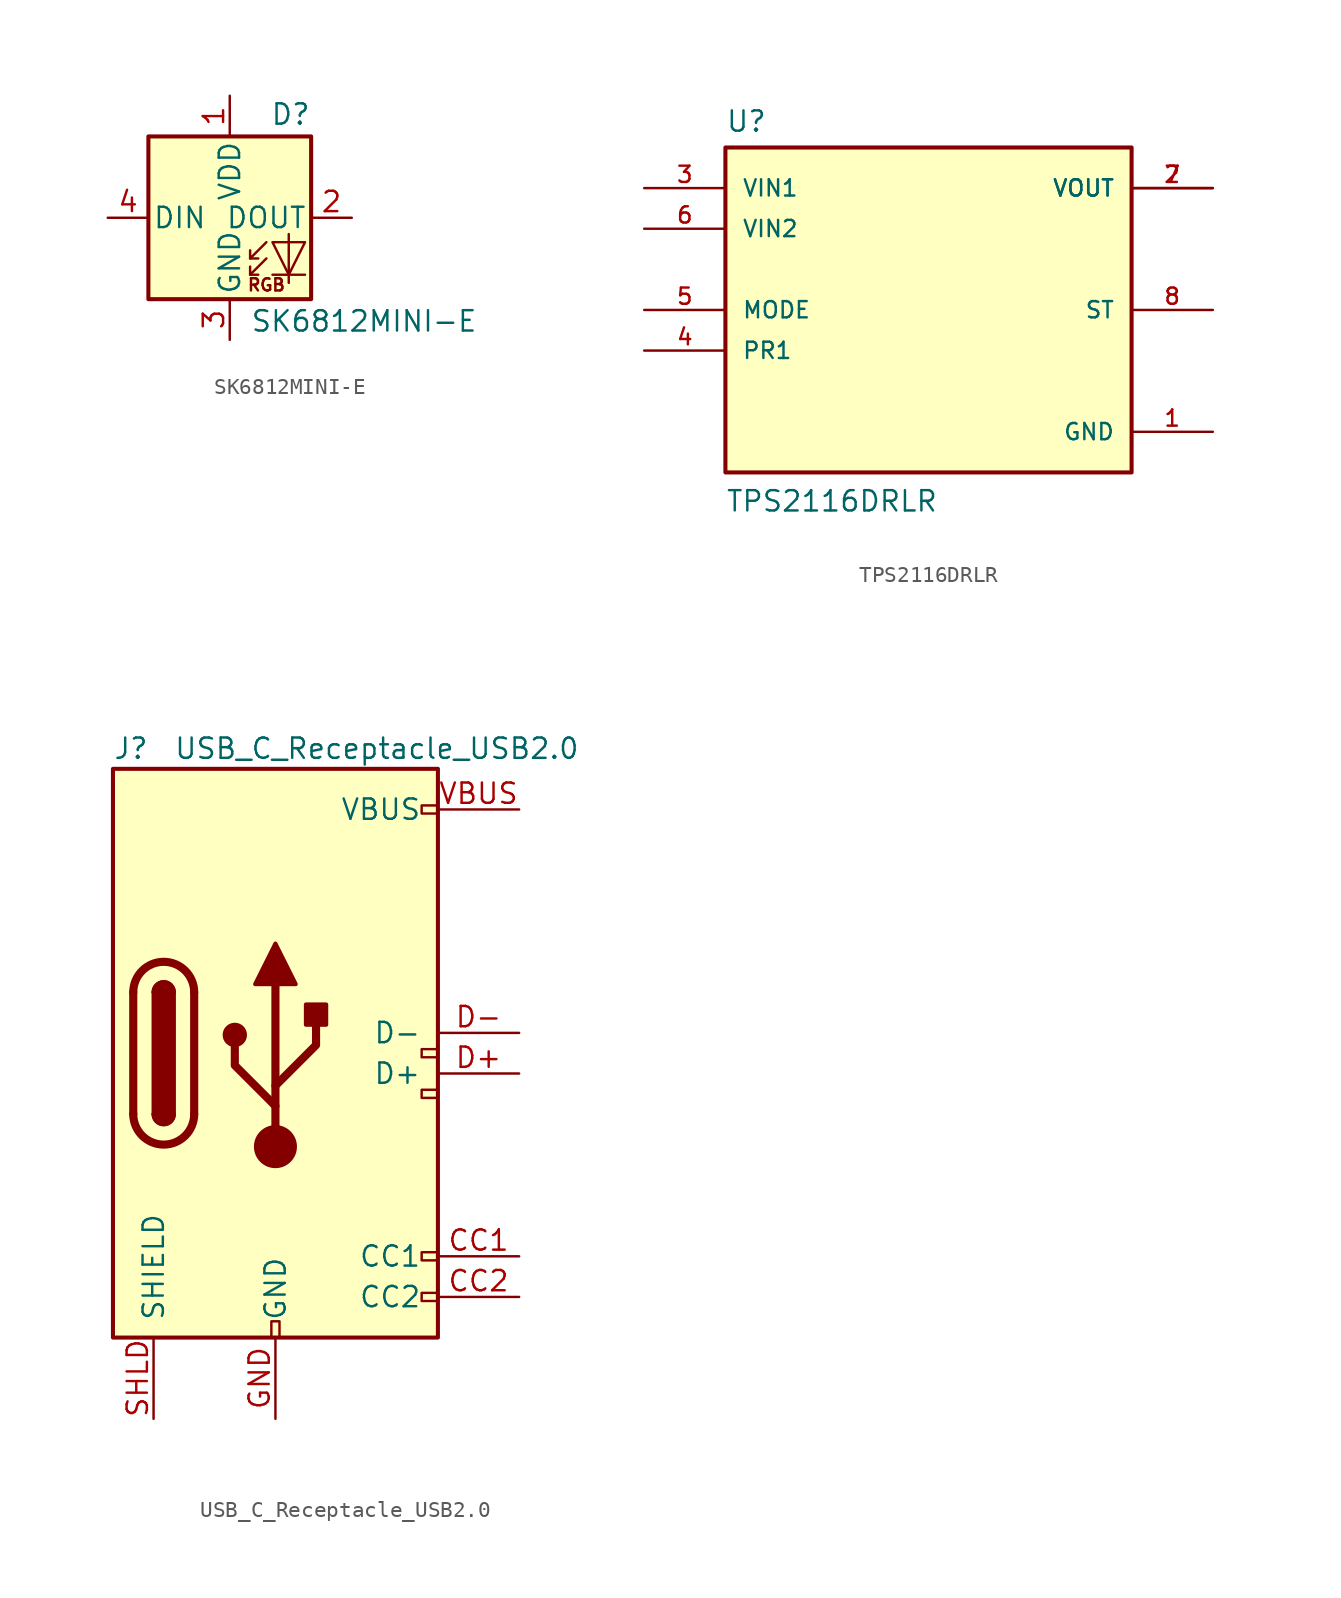
<source format=kicad_sym>
(kicad_symbol_lib
  (version 20211014)
  (generator kicad_symbol_editor)
  (symbol "SK6812MINI-E"
    (pin_names
      (offset 0.254))
    (property "Reference" "D"
      (at 5.08 5.715 0)
      (effects (font (size 1.27 1.27)) (justify right bottom)))
    (property "Value" "SK6812MINI-E"
      (at 1.27 -5.715 0)
      (effects (font (size 1.27 1.27)) (justify left top)))
    (symbol "SK6812MINI-E_0_0"
      (text "RGB" (at 2.286 -4.191 0) (effects (font (size 0.762 0.762)))))
    (symbol "SK6812MINI-E_0_1"
      (polyline (pts (xy 1.27 -3.556) (xy 1.778 -3.556)) (stroke (width 0) (type default) (color 0 0 0 0)) (fill (type none)))
      (polyline (pts (xy 1.27 -2.54) (xy 1.778 -2.54)) (stroke (width 0) (type default) (color 0 0 0 0)) (fill (type none)))
      (polyline (pts (xy 4.699 -3.556) (xy 2.667 -3.556)) (stroke (width 0) (type default) (color 0 0 0 0)) (fill (type none)))
      (polyline (pts (xy 2.286 -2.54) (xy 1.27 -3.556) (xy 1.27 -3.048)) (stroke (width 0) (type default) (color 0 0 0 0)) (fill (type none)))
      (polyline (pts (xy 2.286 -1.524) (xy 1.27 -2.54) (xy 1.27 -2.032)) (stroke (width 0) (type default) (color 0 0 0 0)) (fill (type none)))
      (polyline (pts (xy 3.683 -1.016) (xy 3.683 -3.556) (xy 3.683 -4.064)) (stroke (width 0) (type default) (color 0 0 0 0)) (fill (type none)))
      (polyline (pts (xy 4.699 -1.524) (xy 2.667 -1.524) (xy 3.683 -3.556) (xy 4.699 -1.524)) (stroke (width 0) (type default) (color 0 0 0 0)) (fill (type none)))
      (rectangle (start 5.08 5.08) (end -5.08 -5.08) (stroke (width 0.254) (type default) (color 0 0 0 0)) (fill (type background))))
    (symbol "SK6812MINI-E_1_1"
      (pin power_in line (at 0 7.62 270) (length 2.54) (name "VDD" (effects (font (size 1.27 1.27)))) (number "1" (effects (font (size 1.27 1.27)))))
      (pin output line (at 7.62 0 180) (length 2.54) (name "DOUT" (effects (font (size 1.27 1.27)))) (number "2" (effects (font (size 1.27 1.27)))))
      (pin power_in line (at 0 -7.62 90) (length 2.54) (name "GND" (effects (font (size 1.27 1.27)))) (number "3" (effects (font (size 1.27 1.27)))))
      (pin input line (at -7.62 0 0) (length 2.54) (name "DIN" (effects (font (size 1.27 1.27)))) (number "4" (effects (font (size 1.27 1.27)))))))
  (symbol "TPS2116DRLR"
    (pin_names
      (offset 1.016))
    (property "Reference" "U"
      (at -12.7 11.049 0)
      (effects (font (size 1.27 1.27)) (justify left bottom)))
    (property "Value" "TPS2116DRLR"
      (at -12.7 -12.7 0)
      (effects (font (size 1.27 1.27)) (justify left bottom)))
    (property "ki_locked" ""
      (at 0 0 0)
      (effects (font (size 1.27 1.27))))
    (symbol "TPS2116DRLR_0_0"
      (rectangle (start -12.7 -10.16) (end 12.7 10.16) (stroke (width 0.254) (type default) (color 0 0 0 0)) (fill (type background)))
      (pin power_in line (at 17.78 -7.62 180) (length 5.08) (name "GND" (effects (font (size 1.016 1.016)))) (number "1" (effects (font (size 1.016 1.016)))))
      (pin output line (at 17.78 7.62 180) (length 5.08) (name "VOUT" (effects (font (size 1.016 1.016)))) (number "2" (effects (font (size 1.016 1.016)))))
      (pin input line (at -17.78 7.62 0) (length 5.08) (name "VIN1" (effects (font (size 1.016 1.016)))) (number "3" (effects (font (size 1.016 1.016)))))
      (pin input line (at -17.78 -2.54 0) (length 5.08) (name "PR1" (effects (font (size 1.016 1.016)))) (number "4" (effects (font (size 1.016 1.016)))))
      (pin input line (at -17.78 0 0) (length 5.08) (name "MODE" (effects (font (size 1.016 1.016)))) (number "5" (effects (font (size 1.016 1.016)))))
      (pin input line (at -17.78 5.08 0) (length 5.08) (name "VIN2" (effects (font (size 1.016 1.016)))) (number "6" (effects (font (size 1.016 1.016)))))
      (pin output line (at 17.78 7.62 180) (length 5.08) (name "VOUT" (effects (font (size 1.016 1.016)))) (number "7" (effects (font (size 1.016 1.016)))))
      (pin output line (at 17.78 0 180) (length 5.08) (name "ST" (effects (font (size 1.016 1.016)))) (number "8" (effects (font (size 1.016 1.016)))))))
  (symbol "USB_C_Receptacle_USB2.0"
    (pin_names
      (offset 1.016))
    (property "Reference" "J"
      (at -10.16 19.05 0)
      (effects (font (size 1.27 1.27)) (justify left)))
    (property "Value" "USB_C_Receptacle_USB2.0"
      (at 19.05 19.05 0)
      (effects (font (size 1.27 1.27)) (justify right)))
    (symbol "USB_C_Receptacle_USB2.0_0_0"
      (rectangle (start -0.254 -17.78) (end 0.254 -16.764) (stroke (width 0) (type default) (color 0 0 0 0)) (fill (type none)))
      (rectangle (start 10.16 -14.986) (end 9.144 -15.494) (stroke (width 0) (type default) (color 0 0 0 0)) (fill (type none)))
      (rectangle (start 10.16 -12.446) (end 9.144 -12.954) (stroke (width 0) (type default) (color 0 0 0 0)) (fill (type none)))
      (rectangle (start 10.16 -2.286) (end 9.144 -2.794) (stroke (width 0) (type default) (color 0 0 0 0)) (fill (type none)))
      (rectangle (start 10.16 0.254) (end 9.144 -0.254) (stroke (width 0) (type default) (color 0 0 0 0)) (fill (type none)))
      (rectangle (start 10.16 15.494) (end 9.144 14.986) (stroke (width 0) (type default) (color 0 0 0 0)) (fill (type none))))
    (symbol "USB_C_Receptacle_USB2.0_0_1"
      (rectangle (start -10.16 17.78) (end 10.16 -17.78) (stroke (width 0.254) (type default) (color 0 0 0 0)) (fill (type background)))
      (arc (start -8.89 -3.81) (mid -6.985 -5.715) (end -5.08 -3.81) (stroke (width 0.508) (type default) (color 0 0 0 0)) (fill (type none)))
      (arc (start -7.62 -3.81) (mid -6.985 -4.445) (end -6.35 -3.81) (stroke (width 0.254) (type default) (color 0 0 0 0)) (fill (type none)))
      (arc (start -7.62 -3.81) (mid -6.985 -4.445) (end -6.35 -3.81) (stroke (width 0.254) (type default) (color 0 0 0 0)) (fill (type outline)))
      (rectangle (start -7.62 -3.81) (end -6.35 3.81) (stroke (width 0.254) (type default) (color 0 0 0 0)) (fill (type outline)))
      (arc (start -6.35 3.81) (mid -6.985 4.445) (end -7.62 3.81) (stroke (width 0.254) (type default) (color 0 0 0 0)) (fill (type none)))
      (arc (start -6.35 3.81) (mid -6.985 4.445) (end -7.62 3.81) (stroke (width 0.254) (type default) (color 0 0 0 0)) (fill (type outline)))
      (arc (start -5.08 3.81) (mid -6.985 5.715) (end -8.89 3.81) (stroke (width 0.508) (type default) (color 0 0 0 0)) (fill (type none)))
      (circle (center -2.54 1.143) (radius 0.635) (stroke (width 0.254) (type default) (color 0 0 0 0)) (fill (type outline)))
      (circle (center 0 -5.842) (radius 1.27) (stroke (width 0) (type default) (color 0 0 0 0)) (fill (type outline)))
      (polyline (pts (xy -8.89 -3.81) (xy -8.89 3.81)) (stroke (width 0.508) (type default) (color 0 0 0 0)) (fill (type none)))
      (polyline (pts (xy -5.08 3.81) (xy -5.08 -3.81)) (stroke (width 0.508) (type default) (color 0 0 0 0)) (fill (type none)))
      (polyline (pts (xy 0 -5.842) (xy 0 4.318)) (stroke (width 0.508) (type default) (color 0 0 0 0)) (fill (type none)))
      (polyline (pts (xy 0 -3.302) (xy -2.54 -0.762) (xy -2.54 0.508)) (stroke (width 0.508) (type default) (color 0 0 0 0)) (fill (type none)))
      (polyline (pts (xy 0 -2.032) (xy 2.54 0.508) (xy 2.54 1.778)) (stroke (width 0.508) (type default) (color 0 0 0 0)) (fill (type none)))
      (polyline (pts (xy -1.27 4.318) (xy 0 6.858) (xy 1.27 4.318) (xy -1.27 4.318)) (stroke (width 0.254) (type default) (color 0 0 0 0)) (fill (type outline)))
      (rectangle (start 1.905 1.778) (end 3.175 3.048) (stroke (width 0.254) (type default) (color 0 0 0 0)) (fill (type outline))))
    (symbol "USB_C_Receptacle_USB2.0_1_1"
      (pin no_connect line (at 15.24 8.89 180) (length 5.08) hide (name "A10" (effects (font (size 1.27 1.27)))) (number "A10" (effects (font (size 1.27 1.27)))))
      (pin no_connect line (at 15.24 8.89 180) (length 5.08) hide (name "A11" (effects (font (size 1.27 1.27)))) (number "A11" (effects (font (size 1.27 1.27)))))
      (pin no_connect line (at 15.24 8.89 180) (length 5.08) hide (name "A2" (effects (font (size 1.27 1.27)))) (number "A2" (effects (font (size 1.27 1.27)))))
      (pin no_connect line (at 15.24 8.89 180) (length 5.08) hide (name "A3" (effects (font (size 1.27 1.27)))) (number "A3" (effects (font (size 1.27 1.27)))))
      (pin no_connect line (at 15.24 8.89 180) (length 5.08) hide (name "B10" (effects (font (size 1.27 1.27)))) (number "B10" (effects (font (size 1.27 1.27)))))
      (pin no_connect line (at 15.24 8.89 180) (length 5.08) hide (name "B11" (effects (font (size 1.27 1.27)))) (number "B11" (effects (font (size 1.27 1.27)))))
      (pin no_connect line (at 15.24 8.89 180) (length 5.08) hide (name "B2" (effects (font (size 1.27 1.27)))) (number "B2" (effects (font (size 1.27 1.27)))))
      (pin no_connect line (at 15.24 8.89 180) (length 5.08) hide (name "B2" (effects (font (size 1.27 1.27)))) (number "B2" (effects (font (size 1.27 1.27)))))
      (pin no_connect line (at 15.24 8.89 180) (length 5.08) hide (name "B3" (effects (font (size 1.27 1.27)))) (number "B3" (effects (font (size 1.27 1.27)))))
      (pin bidirectional line (at 15.24 -12.7 180) (length 5.08) (name "CC1" (effects (font (size 1.27 1.27)))) (number "CC1" (effects (font (size 1.27 1.27)))))
      (pin no_connect line (at 15.24 8.89 180) (length 5.08) hide (name "CC1" (effects (font (size 1.27 1.27)))) (number "CC1" (effects (font (size 1.27 1.27)))))
      (pin bidirectional line (at 15.24 -15.24 180) (length 5.08) (name "CC2" (effects (font (size 1.27 1.27)))) (number "CC2" (effects (font (size 1.27 1.27)))))
      (pin no_connect line (at 15.24 8.89 180) (length 5.08) hide (name "CC2" (effects (font (size 1.27 1.27)))) (number "CC2" (effects (font (size 1.27 1.27)))))
      (pin bidirectional line (at 15.24 -1.27 180) (length 5.08) (name "D+" (effects (font (size 1.27 1.27)))) (number "D+" (effects (font (size 1.27 1.27)))))
      (pin bidirectional line (at 15.24 1.27 180) (length 5.08) (name "D-" (effects (font (size 1.27 1.27)))) (number "D-" (effects (font (size 1.27 1.27)))))
      (pin passive line (at 0 -22.86 90) (length 5.08) (name "GND" (effects (font (size 1.27 1.27)))) (number "GND" (effects (font (size 1.27 1.27)))))
      (pin passive line (at -7.62 -22.86 90) (length 5.08) (name "SHIELD" (effects (font (size 1.27 1.27)))) (number "SHLD" (effects (font (size 1.27 1.27)))))
      (pin power_in line (at 15.24 15.24 180) (length 5.08) (name "VBUS" (effects (font (size 1.27 1.27)))) (number "VBUS" (effects (font (size 1.27 1.27))))))))
</source>
